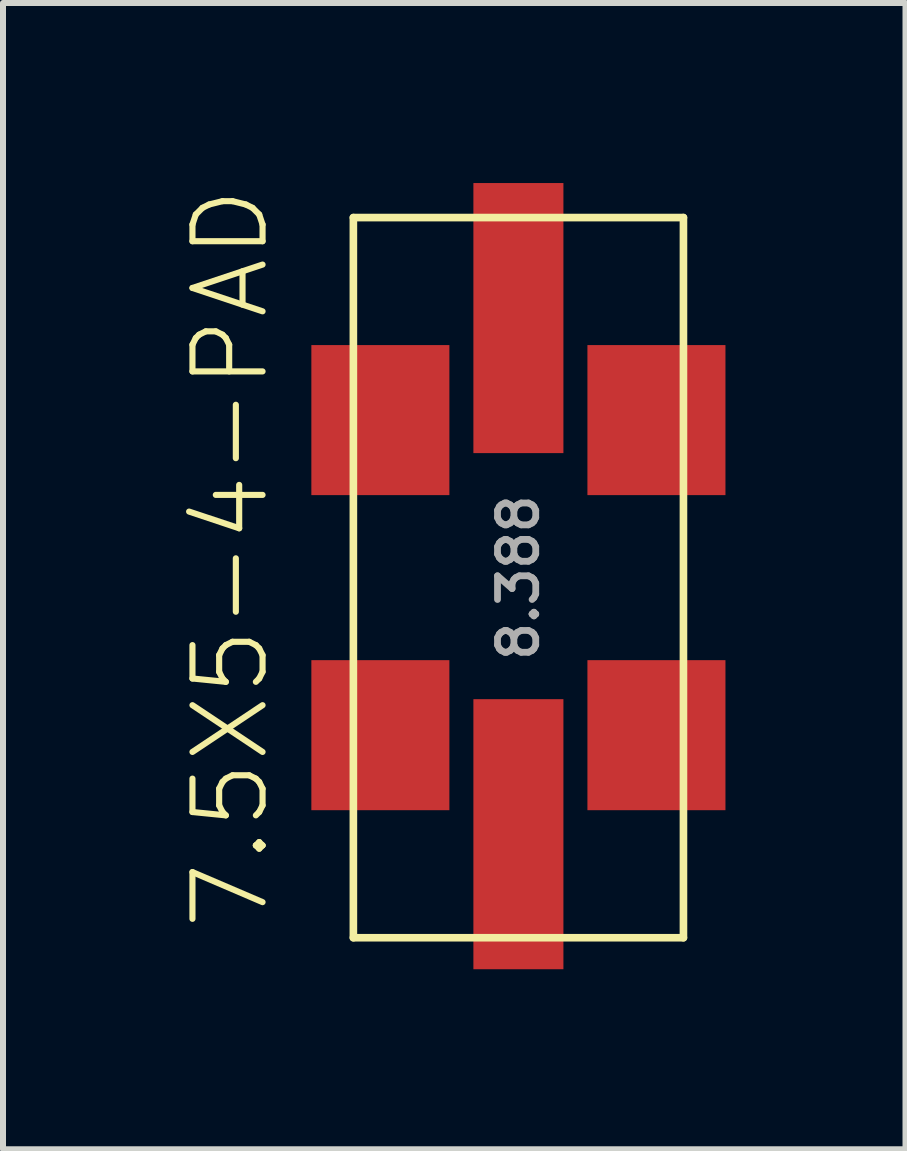
<source format=kicad_pcb>
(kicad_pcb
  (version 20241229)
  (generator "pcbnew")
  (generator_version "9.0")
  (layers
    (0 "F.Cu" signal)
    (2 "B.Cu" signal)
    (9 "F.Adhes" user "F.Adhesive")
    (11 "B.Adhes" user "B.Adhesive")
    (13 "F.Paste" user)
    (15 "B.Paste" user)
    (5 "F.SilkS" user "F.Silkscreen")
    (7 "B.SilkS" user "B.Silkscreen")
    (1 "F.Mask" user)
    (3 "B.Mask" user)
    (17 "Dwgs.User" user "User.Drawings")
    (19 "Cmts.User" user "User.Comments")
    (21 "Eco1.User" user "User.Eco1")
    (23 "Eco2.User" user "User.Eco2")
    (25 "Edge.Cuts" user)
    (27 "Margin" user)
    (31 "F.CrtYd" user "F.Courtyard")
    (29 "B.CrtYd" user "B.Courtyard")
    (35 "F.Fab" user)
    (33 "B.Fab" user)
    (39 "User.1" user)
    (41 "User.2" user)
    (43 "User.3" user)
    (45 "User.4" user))
  (footprint "7.5X5-4-PAD"
    (layer "F.Cu")
    (at 5.588 6.575)
    (property "Reference" "7.5X5-4-PAD" (at -4.115 5.919 90) (unlocked yes) (layer "F.SilkS") (effects (font (size 1.168 1.168) (thickness 0.102)) (justify left bottom)))
    (fp_line (start -2.75 -6) (end 2.75 -6) (stroke (width 0.127) (type solid)) (layer "F.SilkS"))
    (fp_line (start -2.75 6) (end -2.75 -6) (stroke (width 0.127) (type solid)) (layer "F.SilkS"))
    (fp_line (start 2.75 -6) (end 2.75 6) (stroke (width 0.127) (type solid)) (layer "F.SilkS"))
    (fp_line (start 2.75 6) (end -2.75 6) (stroke (width 0.127) (type solid)) (layer "F.SilkS"))
    (fp_text user "8.388" (at 0 0 270) (layer "F.Fab") (effects (font (size 0.637 0.637) (thickness 0.113))))
    (pad "1" smd rect (at 2.3 2.625 90) (size 2.5 2.3) (layers "F.Cu" "F.Mask" "F.Paste"))
    (pad "2" smd rect (at 2.3 -2.625 90) (size 2.5 2.3) (layers "F.Cu" "F.Mask" "F.Paste"))
    (pad "3" smd rect (at -2.3 -2.625 270) (size 2.5 2.3) (layers "F.Cu" "F.Mask" "F.Paste"))
    (pad "4" smd rect (at -2.3 2.625 270) (size 2.5 2.3) (layers "F.Cu" "F.Mask" "F.Paste"))
    (pad "5" smd rect (at 0 4.275 270) (size 4.5 1.5) (layers "F.Cu" "F.Mask" "F.Paste"))
    (pad "6" smd rect (at 0 -4.325 270) (size 4.5 1.5) (layers "F.Cu" "F.Mask" "F.Paste")))
  (gr_rect
    (start -3 -3)
    (end 12.038 16.1)
    (stroke (width 0.1) (type default))
    (fill no)
    (layer "Edge.Cuts")))
</source>
